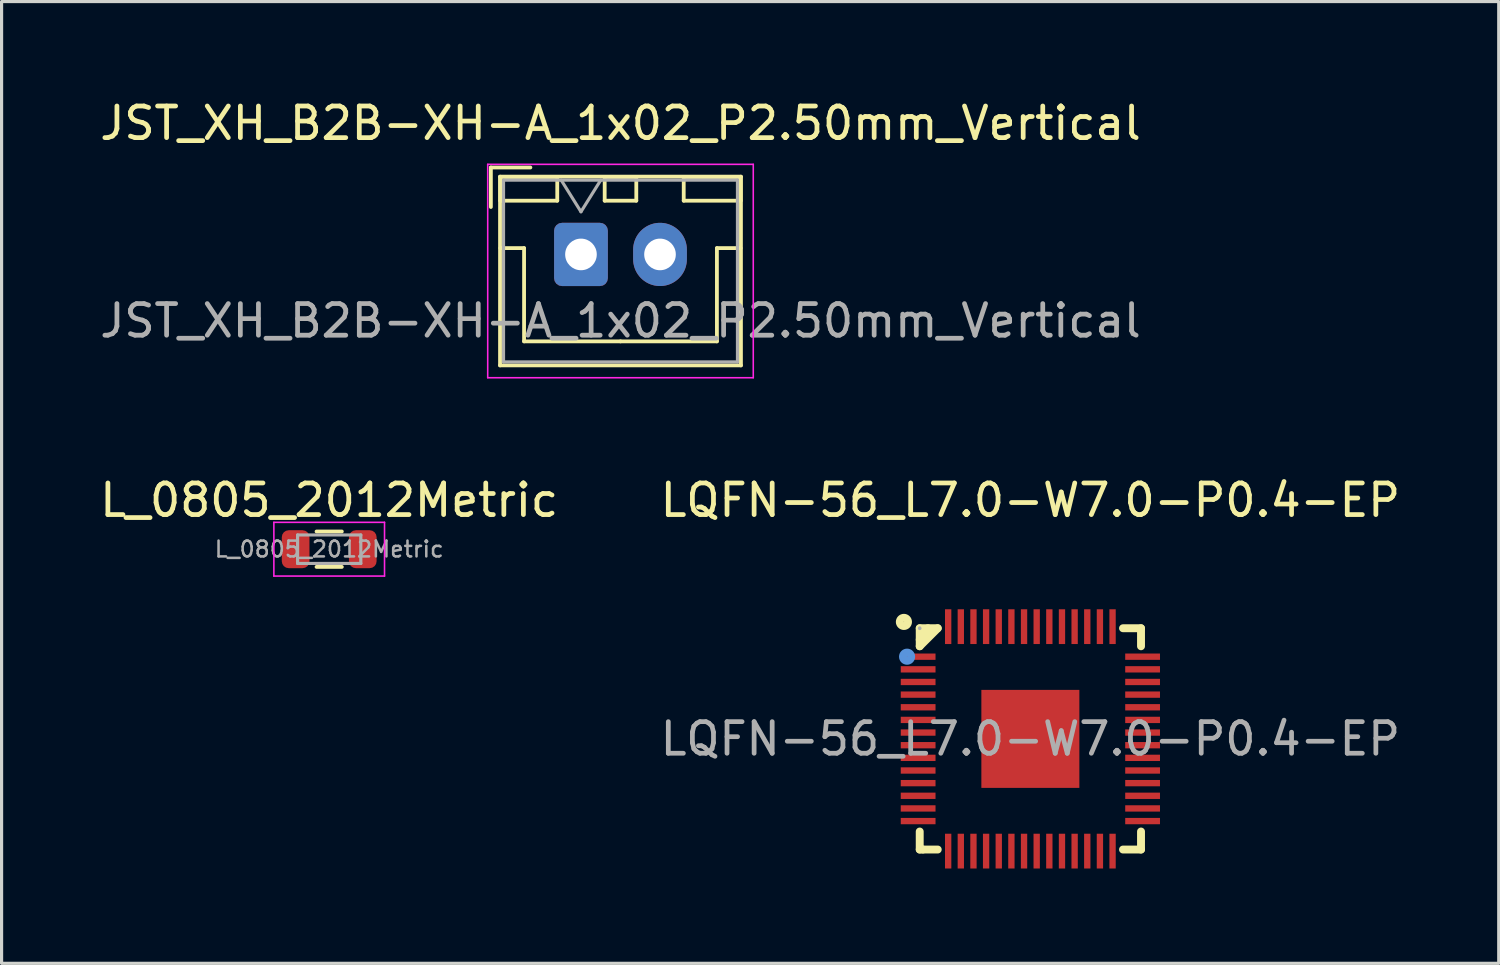
<source format=kicad_pcb>
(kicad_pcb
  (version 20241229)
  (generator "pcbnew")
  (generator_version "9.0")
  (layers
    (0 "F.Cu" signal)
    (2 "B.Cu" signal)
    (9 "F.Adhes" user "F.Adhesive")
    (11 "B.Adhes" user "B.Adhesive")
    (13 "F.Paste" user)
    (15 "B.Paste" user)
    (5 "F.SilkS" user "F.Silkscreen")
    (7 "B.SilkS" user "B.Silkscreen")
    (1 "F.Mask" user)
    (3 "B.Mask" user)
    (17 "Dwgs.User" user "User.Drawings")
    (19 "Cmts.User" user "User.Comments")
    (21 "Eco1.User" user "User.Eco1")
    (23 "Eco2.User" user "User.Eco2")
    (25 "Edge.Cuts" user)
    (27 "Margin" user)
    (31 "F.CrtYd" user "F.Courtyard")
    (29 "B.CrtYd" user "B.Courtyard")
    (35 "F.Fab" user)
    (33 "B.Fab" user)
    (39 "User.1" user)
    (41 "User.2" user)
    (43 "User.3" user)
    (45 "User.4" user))
  (footprint "LQFN-56_L7.0-W7.0-P0.4-EP"
    (layer "F.Cu")
    (at 29.542 20.322)
    (property "Reference" "LQFN-56_L7.0-W7.0-P0.4-EP" (at 0 -7.55 180) (layer "F.SilkS") (effects (font (size 1 1) (thickness 0.15))))
    (attr smd)
    (fp_line (start -3.5 -3.5) (end -2.93 -3.5) (stroke (width 0.25) (type solid)) (layer "F.SilkS"))
    (fp_line (start -3.5 -2.93) (end -3.5 -3.5) (stroke (width 0.25) (type solid)) (layer "F.SilkS"))
    (fp_line (start -3.5 -2.93) (end -2.93 -3.5) (stroke (width 0.25) (type solid)) (layer "F.SilkS"))
    (fp_line (start -3.5 3.5) (end -3.5 2.93) (stroke (width 0.25) (type solid)) (layer "F.SilkS"))
    (fp_line (start -3.4 3.5) (end -3.5 3.5) (stroke (width 0.25) (type solid)) (layer "F.SilkS"))
    (fp_line (start -3.24 -3.5) (end -3.24 -3.4) (stroke (width 0.25) (type solid)) (layer "F.SilkS"))
    (fp_line (start -3.24 -3.4) (end -3.5 -3.14) (stroke (width 0.25) (type solid)) (layer "F.SilkS"))
    (fp_line (start -2.93 3.5) (end -3.4 3.5) (stroke (width 0.25) (type solid)) (layer "F.SilkS"))
    (fp_line (start 2.93 -3.5) (end 3.5 -3.5) (stroke (width 0.25) (type solid)) (layer "F.SilkS"))
    (fp_line (start 3.5 -3.5) (end 3.5 -2.93) (stroke (width 0.25) (type solid)) (layer "F.SilkS"))
    (fp_line (start 3.5 2.93) (end 3.5 3.5) (stroke (width 0.25) (type solid)) (layer "F.SilkS"))
    (fp_line (start 3.5 3.5) (end 2.93 3.5) (stroke (width 0.25) (type solid)) (layer "F.SilkS"))
    (fp_circle (center -4 -3.7) (end -3.87 -3.7) (stroke (width 0.25) (type solid)) (fill no) (layer "F.SilkS"))
    (fp_circle (center -3.9 -2.6) (end -3.77 -2.6) (stroke (width 0.25) (type solid)) (fill no) (layer "Cmts.User"))
    (fp_circle (center -3.5 -3.5) (end -3.47 -3.5) (stroke (width 0.06) (type solid)) (fill no) (layer "F.Fab"))
    (fp_text user "${REFERENCE}" (at 0 0 180) (layer "F.Fab") (effects (font (size 1 1) (thickness 0.15))))
    (pad "1" smd rect (at -3.55 -2.6) (size 1.1 0.2) (layers "F.Cu" "F.Mask" "F.Paste"))
    (pad "2" smd rect (at -3.55 -2.2) (size 1.1 0.2) (layers "F.Cu" "F.Mask" "F.Paste"))
    (pad "3" smd rect (at -3.55 -1.8) (size 1.1 0.2) (layers "F.Cu" "F.Mask" "F.Paste"))
    (pad "4" smd rect (at -3.55 -1.4) (size 1.1 0.2) (layers "F.Cu" "F.Mask" "F.Paste"))
    (pad "5" smd rect (at -3.55 -1) (size 1.1 0.2) (layers "F.Cu" "F.Mask" "F.Paste"))
    (pad "6" smd rect (at -3.55 -0.6) (size 1.1 0.2) (layers "F.Cu" "F.Mask" "F.Paste"))
    (pad "7" smd rect (at -3.55 -0.2) (size 1.1 0.2) (layers "F.Cu" "F.Mask" "F.Paste"))
    (pad "8" smd rect (at -3.55 0.2) (size 1.1 0.2) (layers "F.Cu" "F.Mask" "F.Paste"))
    (pad "9" smd rect (at -3.55 0.6) (size 1.1 0.2) (layers "F.Cu" "F.Mask" "F.Paste"))
    (pad "10" smd rect (at -3.55 1) (size 1.1 0.2) (layers "F.Cu" "F.Mask" "F.Paste"))
    (pad "11" smd rect (at -3.55 1.4) (size 1.1 0.2) (layers "F.Cu" "F.Mask" "F.Paste"))
    (pad "12" smd rect (at -3.55 1.8) (size 1.1 0.2) (layers "F.Cu" "F.Mask" "F.Paste"))
    (pad "13" smd rect (at -3.55 2.2) (size 1.1 0.2) (layers "F.Cu" "F.Mask" "F.Paste"))
    (pad "14" smd rect (at -3.55 2.6) (size 1.1 0.2) (layers "F.Cu" "F.Mask" "F.Paste"))
    (pad "15" smd rect (at -2.6 3.55 90) (size 1.1 0.2) (layers "F.Cu" "F.Mask" "F.Paste"))
    (pad "16" smd rect (at -2.2 3.55 90) (size 1.1 0.2) (layers "F.Cu" "F.Mask" "F.Paste"))
    (pad "17" smd rect (at -1.8 3.55 90) (size 1.1 0.2) (layers "F.Cu" "F.Mask" "F.Paste"))
    (pad "18" smd rect (at -1.4 3.55 90) (size 1.1 0.2) (layers "F.Cu" "F.Mask" "F.Paste"))
    (pad "19" smd rect (at -1 3.55 90) (size 1.1 0.2) (layers "F.Cu" "F.Mask" "F.Paste"))
    (pad "20" smd rect (at -0.6 3.55 90) (size 1.1 0.2) (layers "F.Cu" "F.Mask" "F.Paste"))
    (pad "21" smd rect (at -0.2 3.55 90) (size 1.1 0.2) (layers "F.Cu" "F.Mask" "F.Paste"))
    (pad "22" smd rect (at 0.2 3.55 90) (size 1.1 0.2) (layers "F.Cu" "F.Mask" "F.Paste"))
    (pad "23" smd rect (at 0.6 3.55 90) (size 1.1 0.2) (layers "F.Cu" "F.Mask" "F.Paste"))
    (pad "24" smd rect (at 1 3.55 90) (size 1.1 0.2) (layers "F.Cu" "F.Mask" "F.Paste"))
    (pad "25" smd rect (at 1.4 3.55 90) (size 1.1 0.2) (layers "F.Cu" "F.Mask" "F.Paste"))
    (pad "26" smd rect (at 1.8 3.55 90) (size 1.1 0.2) (layers "F.Cu" "F.Mask" "F.Paste"))
    (pad "27" smd rect (at 2.2 3.55 90) (size 1.1 0.2) (layers "F.Cu" "F.Mask" "F.Paste"))
    (pad "28" smd rect (at 2.6 3.55 90) (size 1.1 0.2) (layers "F.Cu" "F.Mask" "F.Paste"))
    (pad "29" smd rect (at 3.55 2.6 180) (size 1.1 0.2) (layers "F.Cu" "F.Mask" "F.Paste"))
    (pad "30" smd rect (at 3.55 2.2 180) (size 1.1 0.2) (layers "F.Cu" "F.Mask" "F.Paste"))
    (pad "31" smd rect (at 3.55 1.8 180) (size 1.1 0.2) (layers "F.Cu" "F.Mask" "F.Paste"))
    (pad "32" smd rect (at 3.55 1.4 180) (size 1.1 0.2) (layers "F.Cu" "F.Mask" "F.Paste"))
    (pad "33" smd rect (at 3.55 1 180) (size 1.1 0.2) (layers "F.Cu" "F.Mask" "F.Paste"))
    (pad "34" smd rect (at 3.55 0.6 180) (size 1.1 0.2) (layers "F.Cu" "F.Mask" "F.Paste"))
    (pad "35" smd rect (at 3.55 0.2 180) (size 1.1 0.2) (layers "F.Cu" "F.Mask" "F.Paste"))
    (pad "36" smd rect (at 3.55 -0.2 180) (size 1.1 0.2) (layers "F.Cu" "F.Mask" "F.Paste"))
    (pad "37" smd rect (at 3.55 -0.6 180) (size 1.1 0.2) (layers "F.Cu" "F.Mask" "F.Paste"))
    (pad "38" smd rect (at 3.55 -1 180) (size 1.1 0.2) (layers "F.Cu" "F.Mask" "F.Paste"))
    (pad "39" smd rect (at 3.55 -1.4 180) (size 1.1 0.2) (layers "F.Cu" "F.Mask" "F.Paste"))
    (pad "40" smd rect (at 3.55 -1.8 180) (size 1.1 0.2) (layers "F.Cu" "F.Mask" "F.Paste"))
    (pad "41" smd rect (at 3.55 -2.2 180) (size 1.1 0.2) (layers "F.Cu" "F.Mask" "F.Paste"))
    (pad "42" smd rect (at 3.55 -2.6 180) (size 1.1 0.2) (layers "F.Cu" "F.Mask" "F.Paste"))
    (pad "43" smd rect (at 2.6 -3.55 270) (size 1.1 0.2) (layers "F.Cu" "F.Mask" "F.Paste"))
    (pad "44" smd rect (at 2.2 -3.55 270) (size 1.1 0.2) (layers "F.Cu" "F.Mask" "F.Paste"))
    (pad "45" smd rect (at 1.8 -3.55 270) (size 1.1 0.2) (layers "F.Cu" "F.Mask" "F.Paste"))
    (pad "46" smd rect (at 1.4 -3.55 270) (size 1.1 0.2) (layers "F.Cu" "F.Mask" "F.Paste"))
    (pad "47" smd rect (at 1 -3.55 270) (size 1.1 0.2) (layers "F.Cu" "F.Mask" "F.Paste"))
    (pad "48" smd rect (at 0.6 -3.55 270) (size 1.1 0.2) (layers "F.Cu" "F.Mask" "F.Paste"))
    (pad "49" smd rect (at 0.2 -3.55 270) (size 1.1 0.2) (layers "F.Cu" "F.Mask" "F.Paste"))
    (pad "50" smd rect (at -0.2 -3.55 270) (size 1.1 0.2) (layers "F.Cu" "F.Mask" "F.Paste"))
    (pad "51" smd rect (at -0.6 -3.55 270) (size 1.1 0.2) (layers "F.Cu" "F.Mask" "F.Paste"))
    (pad "52" smd rect (at -1 -3.55 270) (size 1.1 0.2) (layers "F.Cu" "F.Mask" "F.Paste"))
    (pad "53" smd rect (at -1.4 -3.55 270) (size 1.1 0.2) (layers "F.Cu" "F.Mask" "F.Paste"))
    (pad "54" smd rect (at -1.8 -3.55 270) (size 1.1 0.2) (layers "F.Cu" "F.Mask" "F.Paste"))
    (pad "55" smd rect (at -2.2 -3.55 270) (size 1.1 0.2) (layers "F.Cu" "F.Mask" "F.Paste"))
    (pad "56" smd rect (at -2.6 -3.55 270) (size 1.1 0.2) (layers "F.Cu" "F.Mask" "F.Paste"))
    (pad "57" smd rect (at 0 0) (size 3.1 3.1) (layers "F.Cu" "F.Mask" "F.Paste")))
  (footprint "JST_XH_B2B-XH-A_1x02_P2.50mm_Vertical"
    (layer "F.Cu")
    (at 15.327 3.898)
    (property "Reference" "JST_XH_B2B-XH-A_1x02_P2.50mm_Vertical" (at 1.25 -3.05 0) (layer "F.SilkS") (effects (font (size 1 1) (thickness 0.15))))
    (attr through_hole)
    (fp_line (start -2.85 -1.65) (end -2.85 -0.4) (stroke (width 0.12) (type solid)) (layer "F.SilkS"))
    (fp_line (start -2.56 -1.36) (end -2.56 4.61) (stroke (width 0.12) (type solid)) (layer "F.SilkS"))
    (fp_line (start -2.56 4.61) (end 5.06 4.61) (stroke (width 0.12) (type solid)) (layer "F.SilkS"))
    (fp_line (start -2.55 -1.35) (end -2.55 -0.6) (stroke (width 0.12) (type solid)) (layer "F.SilkS"))
    (fp_line (start -2.55 -0.6) (end -0.75 -0.6) (stroke (width 0.12) (type solid)) (layer "F.SilkS"))
    (fp_line (start -2.55 0.9) (end -1.8 0.9) (stroke (width 0.12) (type solid)) (layer "F.SilkS"))
    (fp_line (start -1.8 0.9) (end -1.8 3.85) (stroke (width 0.12) (type solid)) (layer "F.SilkS"))
    (fp_line (start -1.8 3.85) (end 1.25 3.85) (stroke (width 0.12) (type solid)) (layer "F.SilkS"))
    (fp_line (start -1.6 -1.65) (end -2.85 -1.65) (stroke (width 0.12) (type solid)) (layer "F.SilkS"))
    (fp_line (start -0.75 -1.35) (end -2.55 -1.35) (stroke (width 0.12) (type solid)) (layer "F.SilkS"))
    (fp_line (start -0.75 -0.6) (end -0.75 -1.35) (stroke (width 0.12) (type solid)) (layer "F.SilkS"))
    (fp_line (start 0.75 -1.35) (end 0.75 -0.6) (stroke (width 0.12) (type solid)) (layer "F.SilkS"))
    (fp_line (start 0.75 -0.6) (end 1.75 -0.6) (stroke (width 0.12) (type solid)) (layer "F.SilkS"))
    (fp_line (start 1.75 -1.35) (end 0.75 -1.35) (stroke (width 0.12) (type solid)) (layer "F.SilkS"))
    (fp_line (start 1.75 -0.6) (end 1.75 -1.35) (stroke (width 0.12) (type solid)) (layer "F.SilkS"))
    (fp_line (start 3.25 -1.35) (end 3.25 -0.6) (stroke (width 0.12) (type solid)) (layer "F.SilkS"))
    (fp_line (start 3.25 -0.6) (end 5.05 -0.6) (stroke (width 0.12) (type solid)) (layer "F.SilkS"))
    (fp_line (start 4.3 0.9) (end 4.3 3.85) (stroke (width 0.12) (type solid)) (layer "F.SilkS"))
    (fp_line (start 4.3 3.85) (end 1.25 3.85) (stroke (width 0.12) (type solid)) (layer "F.SilkS"))
    (fp_line (start 5.05 -1.35) (end 3.25 -1.35) (stroke (width 0.12) (type solid)) (layer "F.SilkS"))
    (fp_line (start 5.05 -0.6) (end 5.05 -1.35) (stroke (width 0.12) (type solid)) (layer "F.SilkS"))
    (fp_line (start 5.05 0.9) (end 4.3 0.9) (stroke (width 0.12) (type solid)) (layer "F.SilkS"))
    (fp_line (start 5.06 -1.36) (end -2.56 -1.36) (stroke (width 0.12) (type solid)) (layer "F.SilkS"))
    (fp_line (start 5.06 4.61) (end 5.06 -1.36) (stroke (width 0.12) (type solid)) (layer "F.SilkS"))
    (fp_line (start -2.95 -1.75) (end -2.95 5) (stroke (width 0.05) (type solid)) (layer "F.CrtYd"))
    (fp_line (start -2.95 5) (end 5.45 5) (stroke (width 0.05) (type solid)) (layer "F.CrtYd"))
    (fp_line (start 5.45 -1.75) (end -2.95 -1.75) (stroke (width 0.05) (type solid)) (layer "F.CrtYd"))
    (fp_line (start 5.45 5) (end 5.45 -1.75) (stroke (width 0.05) (type solid)) (layer "F.CrtYd"))
    (fp_line (start -2.45 -1.25) (end -2.45 4.5) (stroke (width 0.1) (type solid)) (layer "F.Fab"))
    (fp_line (start -2.45 4.5) (end 4.95 4.5) (stroke (width 0.1) (type solid)) (layer "F.Fab"))
    (fp_line (start -0.625 -1.25) (end 0 -0.25) (stroke (width 0.1) (type solid)) (layer "F.Fab"))
    (fp_line (start 0 -0.25) (end 0.625 -1.25) (stroke (width 0.1) (type solid)) (layer "F.Fab"))
    (fp_line (start 4.95 -1.25) (end -2.45 -1.25) (stroke (width 0.1) (type solid)) (layer "F.Fab"))
    (fp_line (start 4.95 4.5) (end 4.95 -1.25) (stroke (width 0.1) (type solid)) (layer "F.Fab"))
    (fp_text user "${REFERENCE}" (at 1.25 3.2 0) (layer "F.Fab") (effects (font (size 1 1) (thickness 0.15))))
    (pad "1" thru_hole roundrect (at 0 1.1) (size 1.7 2) (drill 1) (layers "*.Cu" "*.Mask") (roundrect_rratio 0.147))
    (pad "2" thru_hole oval (at 2.5 1.1) (size 1.7 2) (drill 1) (layers "*.Cu" "*.Mask")))
  (footprint "L_0805_2012Metric"
    (placed yes)
    (layer "F.Cu")
    (at 7.363 14.322)
    (property "Reference" "L_0805_2012Metric" (at 0 -1.55 180) (layer "F.SilkS") (effects (font (size 1 1) (thickness 0.15))))
    (attr smd)
    (fp_line (start -0.4 -0.56) (end 0.4 -0.56) (stroke (width 0.12) (type solid)) (layer "F.SilkS"))
    (fp_line (start -0.4 0.56) (end 0.4 0.56) (stroke (width 0.12) (type solid)) (layer "F.SilkS"))
    (fp_line (start -1.75 -0.85) (end 1.75 -0.85) (stroke (width 0.05) (type solid)) (layer "F.CrtYd"))
    (fp_line (start -1.75 0.85) (end -1.75 -0.85) (stroke (width 0.05) (type solid)) (layer "F.CrtYd"))
    (fp_line (start 1.75 -0.85) (end 1.75 0.85) (stroke (width 0.05) (type solid)) (layer "F.CrtYd"))
    (fp_line (start 1.75 0.85) (end -1.75 0.85) (stroke (width 0.05) (type solid)) (layer "F.CrtYd"))
    (fp_line (start -1 -0.45) (end 1 -0.45) (stroke (width 0.1) (type solid)) (layer "F.Fab"))
    (fp_line (start -1 0.45) (end -1 -0.45) (stroke (width 0.1) (type solid)) (layer "F.Fab"))
    (fp_line (start 1 -0.45) (end 1 0.45) (stroke (width 0.1) (type solid)) (layer "F.Fab"))
    (fp_line (start 1 0.45) (end -1 0.45) (stroke (width 0.1) (type solid)) (layer "F.Fab"))
    (fp_text user "${REFERENCE}" (at 0 0 180) (layer "F.Fab") (effects (font (size 0.5 0.5) (thickness 0.08))))
    (pad "1" smd roundrect (at -1.062 0) (size 0.875 1.2) (layers "F.Cu" "F.Mask" "F.Paste") (roundrect_rratio 0.25))
    (pad "2" smd roundrect (at 1.062 0) (size 0.875 1.2) (layers "F.Cu" "F.Mask" "F.Paste") (roundrect_rratio 0.25)))
  (gr_rect
    (start -3 -3)
    (end 44.357 27.422)
    (stroke (width 0.1) (type default))
    (fill no)
    (layer "Edge.Cuts")))
</source>
